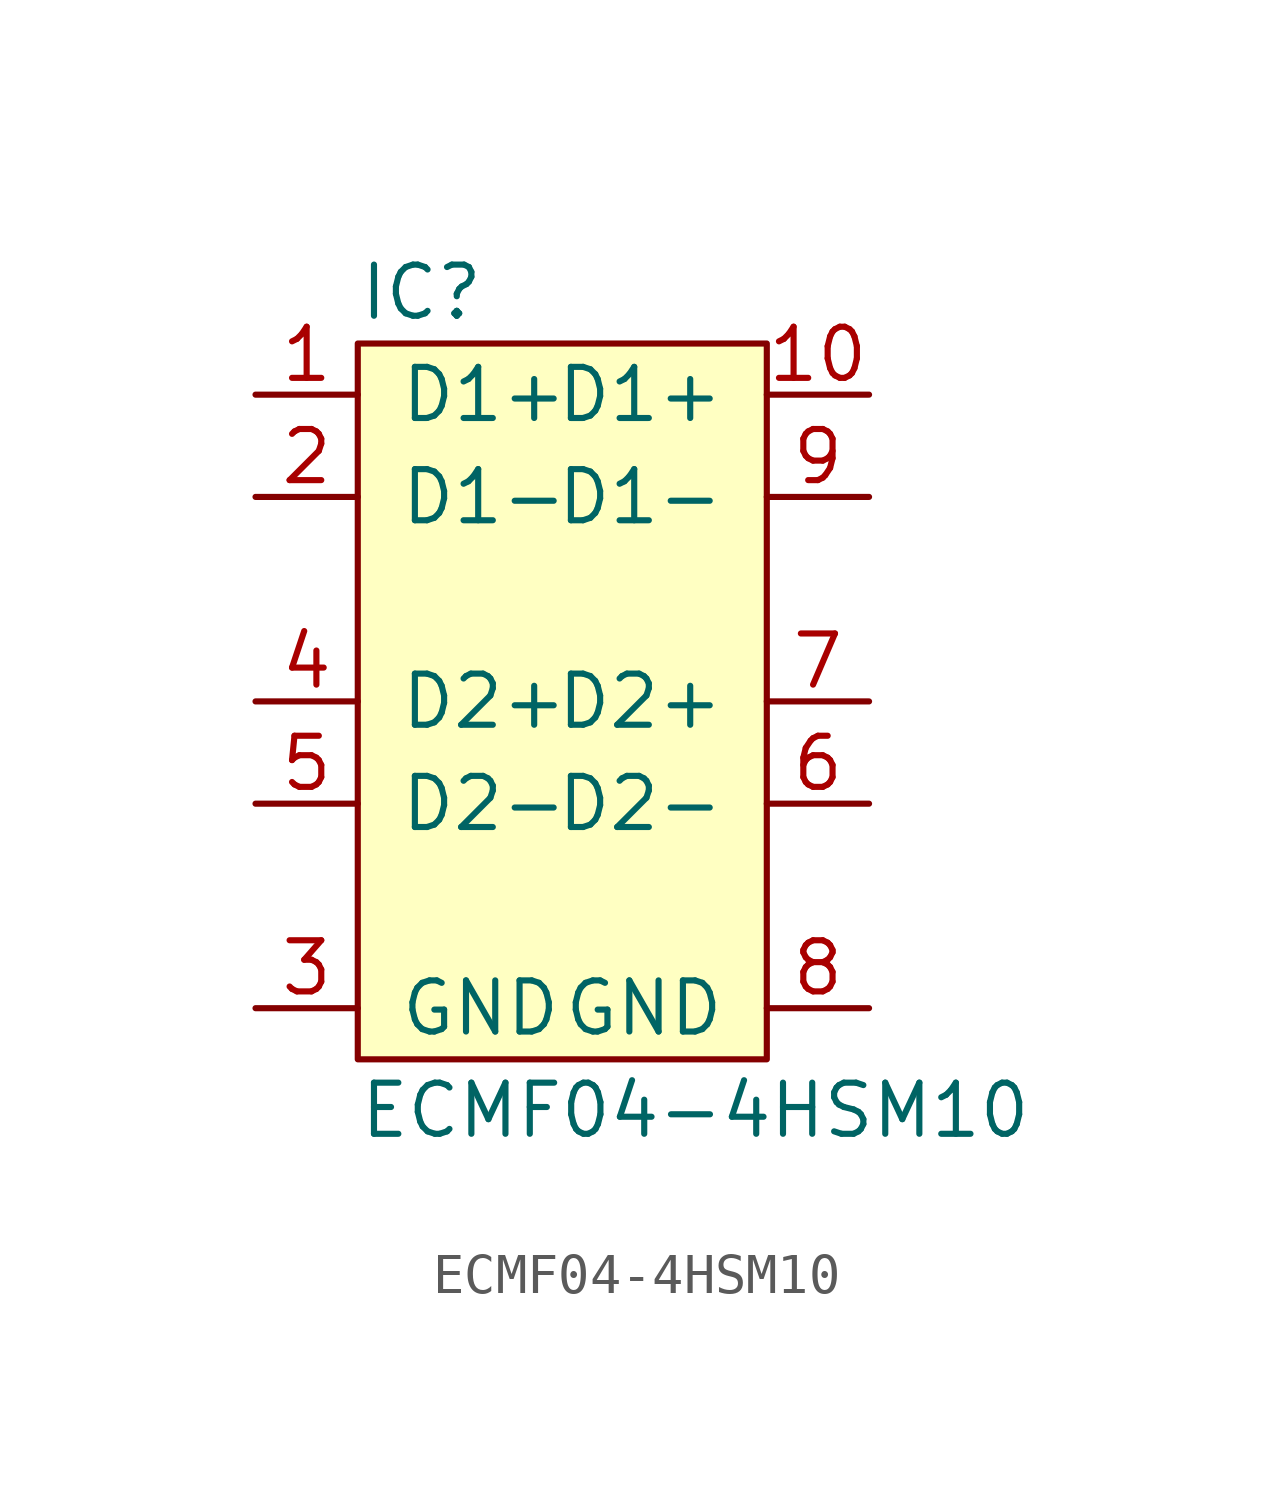
<source format=kicad_sym>
(kicad_symbol_lib
  (version 20211014)
  (generator agg_kicad.build_lib_ic)
  (symbol "ECMF04-4HSM10"
    (pin_names
      (offset 1.016))
    (property Reference IC
      (at -5.08 10.16 0)
      (effects (font (size 1.27 1.27)) (justify left)))
    (property Value "ECMF04-4HSM10"
      (at -5.08 -10.16 0)
      (effects (font (size 1.27 1.27)) (justify left)))
    (symbol "ECMF04-4HSM10_0_0"
      (rectangle (start -5.08 8.89) (end 5.08 -8.89) (stroke (width 0) (type default) (color 0 0 0 0)) (fill (type background)))
      (pin passive line (at -7.62 7.62 0) (length 2.54) (name "D1+" (effects (font (size 1.27 1.27)))) (number "1" (effects (font (size 1.27 1.27)))))
      (pin passive line (at -7.62 5.08 0) (length 2.54) (name "D1-" (effects (font (size 1.27 1.27)))) (number "2" (effects (font (size 1.27 1.27)))))
      (pin passive line (at -7.62 0 0) (length 2.54) (name "D2+" (effects (font (size 1.27 1.27)))) (number "4" (effects (font (size 1.27 1.27)))))
      (pin passive line (at -7.62 -2.54 0) (length 2.54) (name "D2-" (effects (font (size 1.27 1.27)))) (number "5" (effects (font (size 1.27 1.27)))))
      (pin power_in line (at -7.62 -7.62 0) (length 2.54) (name GND (effects (font (size 1.27 1.27)))) (number "3" (effects (font (size 1.27 1.27)))))
      (pin passive line (at 7.62 7.62 180) (length 2.54) (name "D1+" (effects (font (size 1.27 1.27)))) (number "10" (effects (font (size 1.27 1.27)))))
      (pin passive line (at 7.62 5.08 180) (length 2.54) (name "D1-" (effects (font (size 1.27 1.27)))) (number "9" (effects (font (size 1.27 1.27)))))
      (pin passive line (at 7.62 0 180) (length 2.54) (name "D2+" (effects (font (size 1.27 1.27)))) (number "7" (effects (font (size 1.27 1.27)))))
      (pin passive line (at 7.62 -2.54 180) (length 2.54) (name "D2-" (effects (font (size 1.27 1.27)))) (number "6" (effects (font (size 1.27 1.27)))))
      (pin power_in line (at 7.62 -7.62 180) (length 2.54) (name GND (effects (font (size 1.27 1.27)))) (number "8" (effects (font (size 1.27 1.27))))))))
</source>
